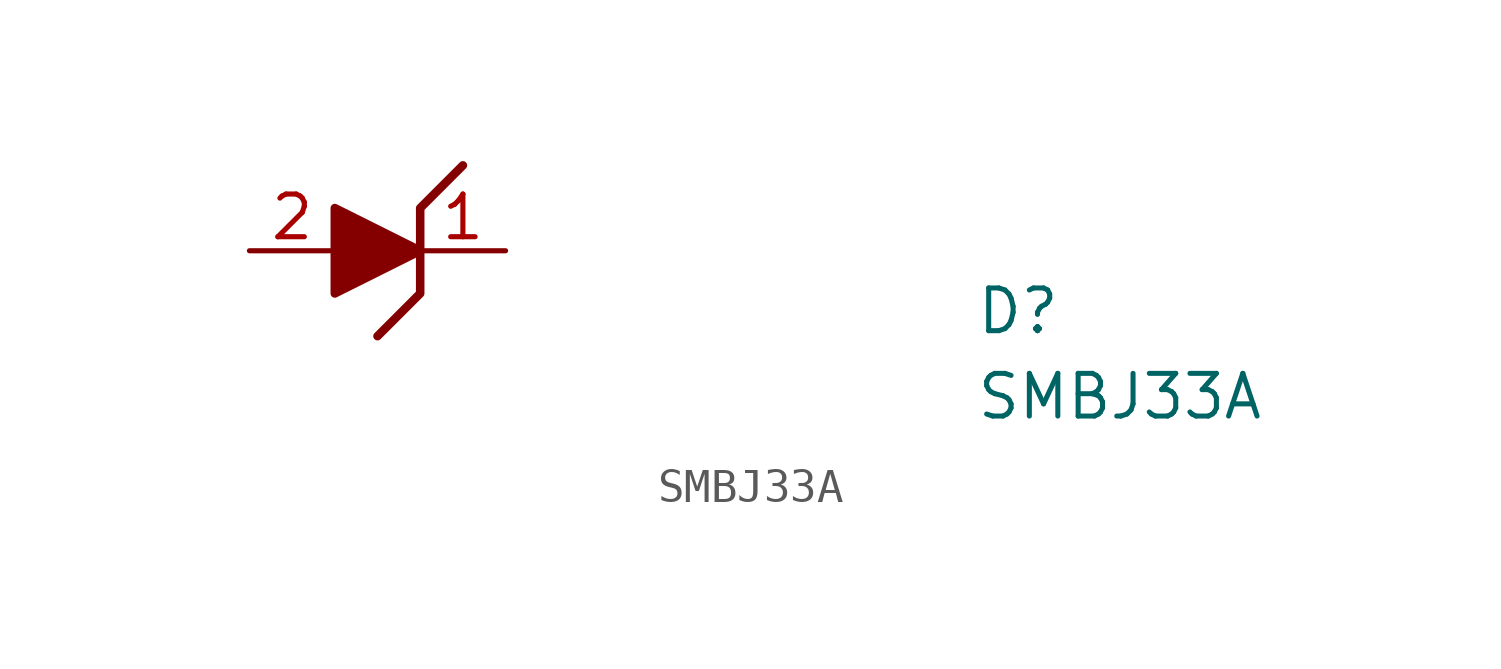
<source format=kicad_sym>
(kicad_symbol_lib
  (version 20211014)
  (generator kicad_symbol_editor)
  (symbol "SMBJ33A"
    (pin_names hide)
    (property "Reference" "D"
      (at 21.59 -2.54 0)
      (effects (font (size 1.27 1.27) (thickness 0.15)) (justify left bottom)))
    (property "Value" "SMBJ33A"
      (at 21.59 -5.08 0)
      (effects (font (size 1.27 1.27) (thickness 0.15)) (justify left bottom)))
    (symbol "SMBJ33A_1_1"
      (polyline (pts (xy 2.54 1.27) (xy 2.54 -1.27) (xy 5.08 0) (xy 2.54 1.27)) (stroke (width 0.254) (type default) (color 0 0 0 0)) (fill (type outline)))
      (polyline (pts (xy 6.35 2.54) (xy 5.08 1.27) (xy 5.08 -1.27) (xy 3.81 -2.54)) (stroke (width 0.254) (type default) (color 0 0 0 0)) (fill (type none)))
      (pin bidirectional line (at 7.62 0 180) (length 2.54) (name "1" (effects (font (size 1.27 1.27)))) (number "1" (effects (font (size 1.27 1.27)))))
      (pin bidirectional line (at 0 0 0) (length 2.54) (name "2" (effects (font (size 1.27 1.27)))) (number "2" (effects (font (size 1.27 1.27))))))))
</source>
